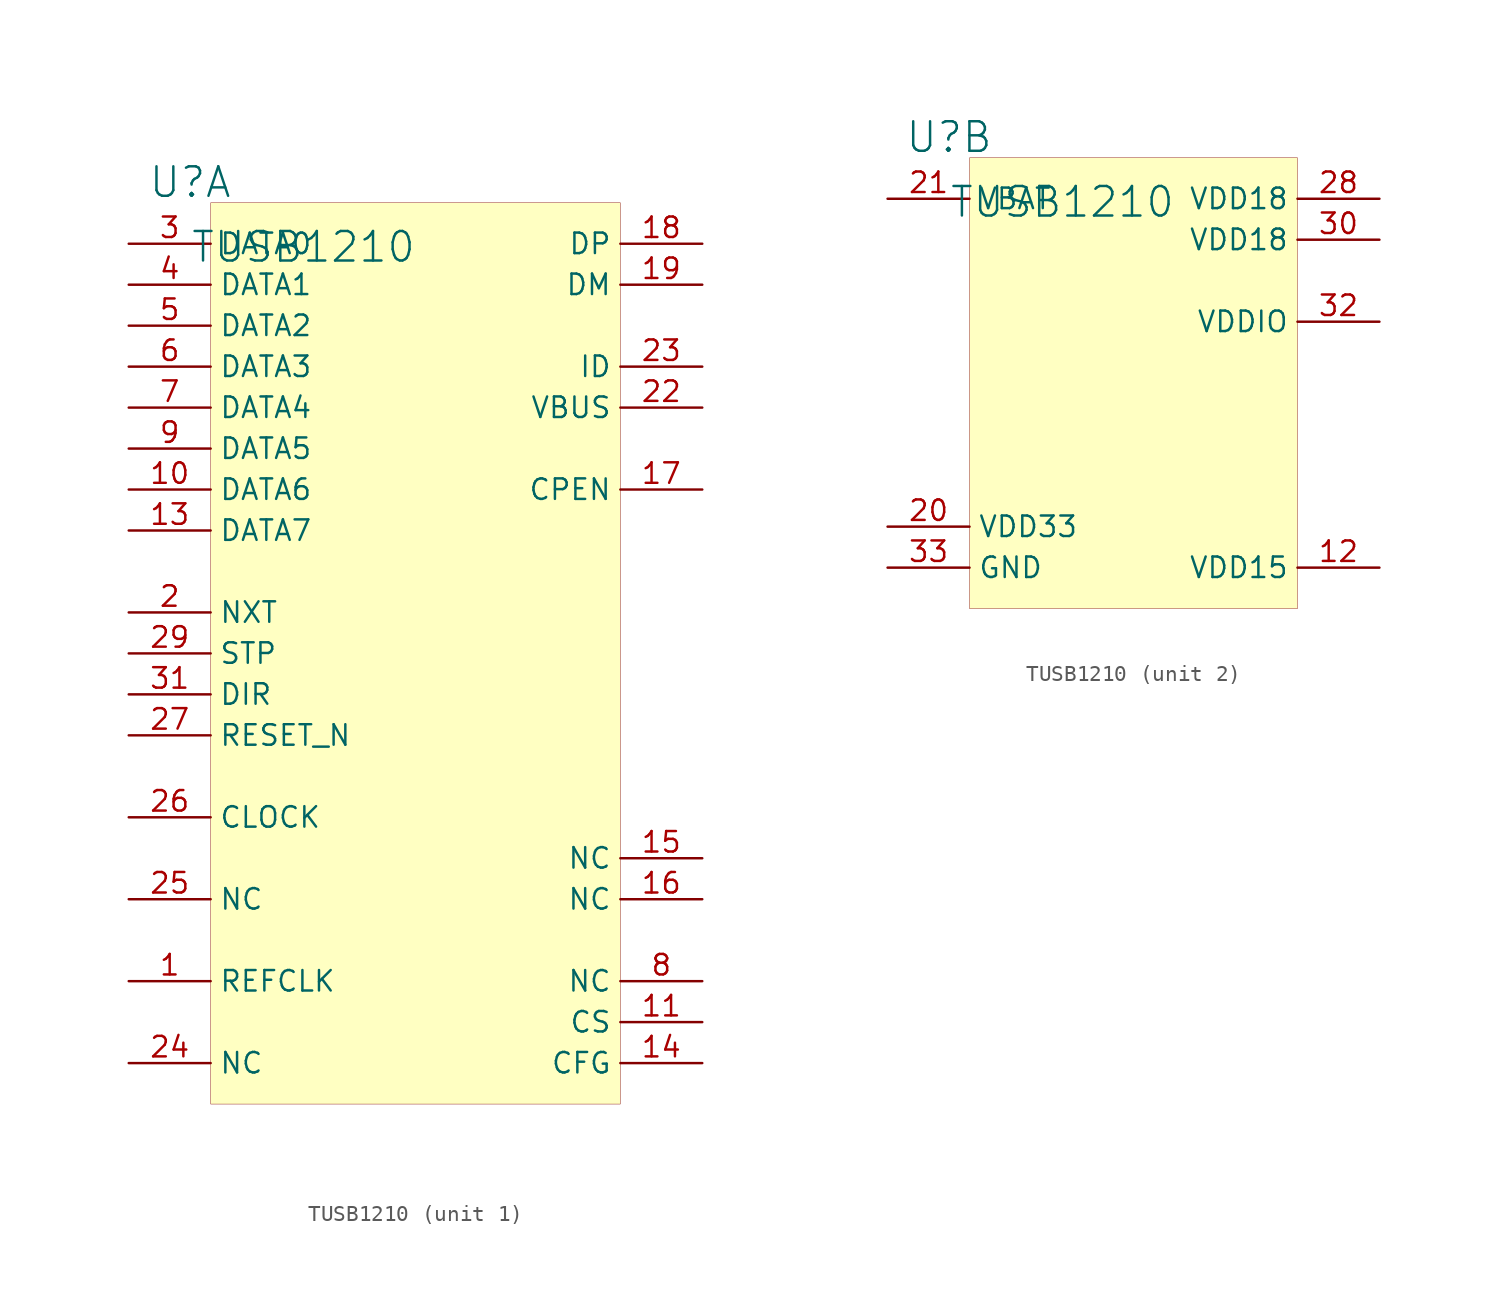
<source format=kicad_sym>
(kicad_symbol_lib
  (version 20231120)
  (generator "kicad_symbol_editor")
  (generator_version "8.0")
  (symbol "TUSB1210"
    (property "Reference" "U"
      (at -1.27 1.27 0)
      (effects (font (size 1.829 1.829))))
    (property "Value" "TUSB1210"
      (at -1.27 -3.81 0)
      (effects (font (size 1.829 1.829)) (justify left bottom)))
    (symbol "TUSB1210_1_0"
      (rectangle (start 25.4 0) (end 0 -55.88) (stroke (width 0.025) (type solid) (color 128 0 0 1)) (fill (type background)))
      (pin passive line (at -5.08 -48.26 0) (length 5.08) (name "REFCLK" (effects (font (size 1.27 1.27)))) (number "1" (effects (font (size 1.27 1.27)))))
      (pin passive line (at -5.08 -17.78 0) (length 5.08) (name "DATA6" (effects (font (size 1.27 1.27)))) (number "10" (effects (font (size 1.27 1.27)))))
      (pin passive line (at 30.48 -50.8 180) (length 5.08) (name "CS" (effects (font (size 1.27 1.27)))) (number "11" (effects (font (size 1.27 1.27)))))
      (pin passive line (at -5.08 -20.32 0) (length 5.08) (name "DATA7" (effects (font (size 1.27 1.27)))) (number "13" (effects (font (size 1.27 1.27)))))
      (pin passive line (at 30.48 -53.34 180) (length 5.08) (name "CFG" (effects (font (size 1.27 1.27)))) (number "14" (effects (font (size 1.27 1.27)))))
      (pin passive line (at 30.48 -40.64 180) (length 5.08) (name "NC" (effects (font (size 1.27 1.27)))) (number "15" (effects (font (size 1.27 1.27)))))
      (pin passive line (at 30.48 -43.18 180) (length 5.08) (name "NC" (effects (font (size 1.27 1.27)))) (number "16" (effects (font (size 1.27 1.27)))))
      (pin passive line (at 30.48 -17.78 180) (length 5.08) (name "CPEN" (effects (font (size 1.27 1.27)))) (number "17" (effects (font (size 1.27 1.27)))))
      (pin passive line (at 30.48 -2.54 180) (length 5.08) (name "DP" (effects (font (size 1.27 1.27)))) (number "18" (effects (font (size 1.27 1.27)))))
      (pin passive line (at 30.48 -5.08 180) (length 5.08) (name "DM" (effects (font (size 1.27 1.27)))) (number "19" (effects (font (size 1.27 1.27)))))
      (pin passive line (at -5.08 -25.4 0) (length 5.08) (name "NXT" (effects (font (size 1.27 1.27)))) (number "2" (effects (font (size 1.27 1.27)))))
      (pin passive line (at 30.48 -12.7 180) (length 5.08) (name "VBUS" (effects (font (size 1.27 1.27)))) (number "22" (effects (font (size 1.27 1.27)))))
      (pin passive line (at 30.48 -10.16 180) (length 5.08) (name "ID" (effects (font (size 1.27 1.27)))) (number "23" (effects (font (size 1.27 1.27)))))
      (pin passive line (at -5.08 -53.34 0) (length 5.08) (name "NC" (effects (font (size 1.27 1.27)))) (number "24" (effects (font (size 1.27 1.27)))))
      (pin passive line (at -5.08 -43.18 0) (length 5.08) (name "NC" (effects (font (size 1.27 1.27)))) (number "25" (effects (font (size 1.27 1.27)))))
      (pin passive line (at -5.08 -38.1 0) (length 5.08) (name "CLOCK" (effects (font (size 1.27 1.27)))) (number "26" (effects (font (size 1.27 1.27)))))
      (pin passive line (at -5.08 -33.02 0) (length 5.08) (name "RESET_N" (effects (font (size 1.27 1.27)))) (number "27" (effects (font (size 1.27 1.27)))))
      (pin passive line (at -5.08 -27.94 0) (length 5.08) (name "STP" (effects (font (size 1.27 1.27)))) (number "29" (effects (font (size 1.27 1.27)))))
      (pin passive line (at -5.08 -2.54 0) (length 5.08) (name "DATA0" (effects (font (size 1.27 1.27)))) (number "3" (effects (font (size 1.27 1.27)))))
      (pin passive line (at -5.08 -30.48 0) (length 5.08) (name "DIR" (effects (font (size 1.27 1.27)))) (number "31" (effects (font (size 1.27 1.27)))))
      (pin passive line (at -5.08 -5.08 0) (length 5.08) (name "DATA1" (effects (font (size 1.27 1.27)))) (number "4" (effects (font (size 1.27 1.27)))))
      (pin passive line (at -5.08 -7.62 0) (length 5.08) (name "DATA2" (effects (font (size 1.27 1.27)))) (number "5" (effects (font (size 1.27 1.27)))))
      (pin passive line (at -5.08 -10.16 0) (length 5.08) (name "DATA3" (effects (font (size 1.27 1.27)))) (number "6" (effects (font (size 1.27 1.27)))))
      (pin passive line (at -5.08 -12.7 0) (length 5.08) (name "DATA4" (effects (font (size 1.27 1.27)))) (number "7" (effects (font (size 1.27 1.27)))))
      (pin passive line (at 30.48 -48.26 180) (length 5.08) (name "NC" (effects (font (size 1.27 1.27)))) (number "8" (effects (font (size 1.27 1.27)))))
      (pin passive line (at -5.08 -15.24 0) (length 5.08) (name "DATA5" (effects (font (size 1.27 1.27)))) (number "9" (effects (font (size 1.27 1.27))))))
    (symbol "TUSB1210_2_0"
      (rectangle (start 20.32 0) (end 0 -27.94) (stroke (width 0.025) (type solid) (color 128 0 0 1)) (fill (type background)))
      (pin passive line (at 25.4 -25.4 180) (length 5.08) (name "VDD15" (effects (font (size 1.27 1.27)))) (number "12" (effects (font (size 1.27 1.27)))))
      (pin passive line (at -5.08 -22.86 0) (length 5.08) (name "VDD33" (effects (font (size 1.27 1.27)))) (number "20" (effects (font (size 1.27 1.27)))))
      (pin passive line (at -5.08 -2.54 0) (length 5.08) (name "VBAT" (effects (font (size 1.27 1.27)))) (number "21" (effects (font (size 1.27 1.27)))))
      (pin passive line (at 25.4 -2.54 180) (length 5.08) (name "VDD18" (effects (font (size 1.27 1.27)))) (number "28" (effects (font (size 1.27 1.27)))))
      (pin passive line (at 25.4 -5.08 180) (length 5.08) (name "VDD18" (effects (font (size 1.27 1.27)))) (number "30" (effects (font (size 1.27 1.27)))))
      (pin passive line (at 25.4 -10.16 180) (length 5.08) (name "VDDIO" (effects (font (size 1.27 1.27)))) (number "32" (effects (font (size 1.27 1.27)))))
      (pin passive line (at -5.08 -25.4 0) (length 5.08) (name "GND" (effects (font (size 1.27 1.27)))) (number "33" (effects (font (size 1.27 1.27))))))))
</source>
